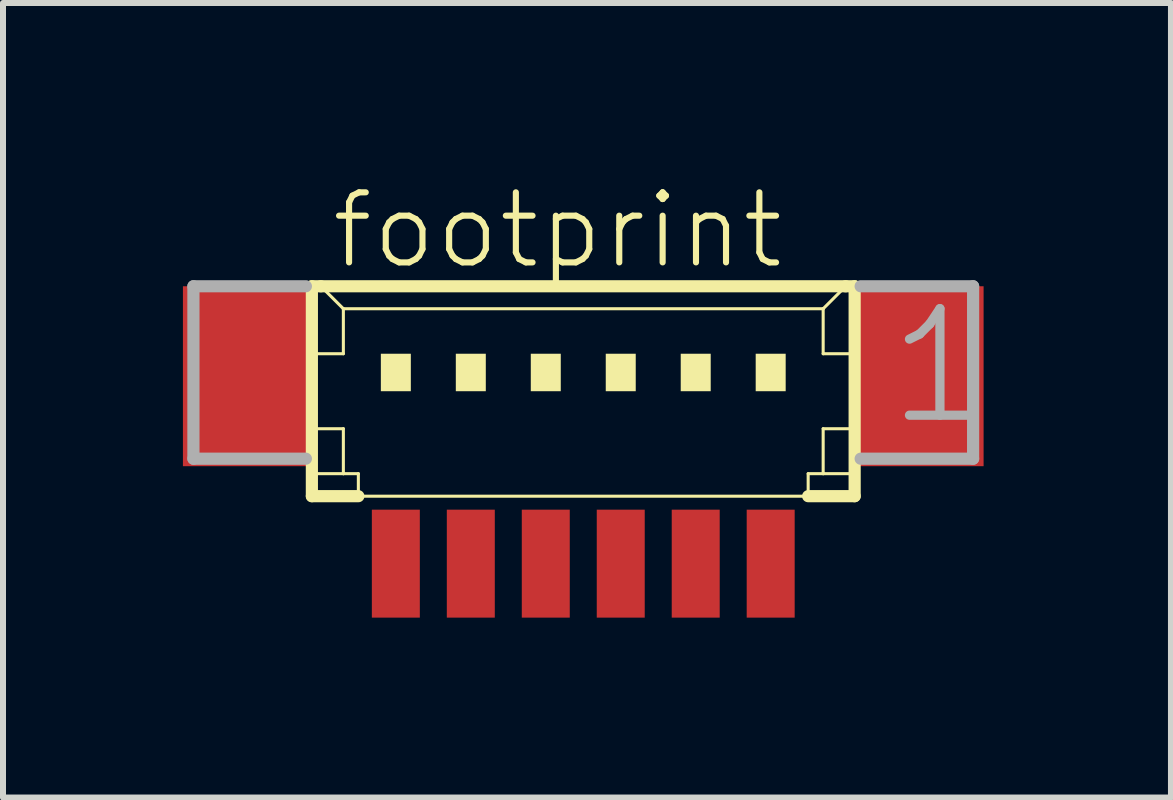
<source format=kicad_pcb>
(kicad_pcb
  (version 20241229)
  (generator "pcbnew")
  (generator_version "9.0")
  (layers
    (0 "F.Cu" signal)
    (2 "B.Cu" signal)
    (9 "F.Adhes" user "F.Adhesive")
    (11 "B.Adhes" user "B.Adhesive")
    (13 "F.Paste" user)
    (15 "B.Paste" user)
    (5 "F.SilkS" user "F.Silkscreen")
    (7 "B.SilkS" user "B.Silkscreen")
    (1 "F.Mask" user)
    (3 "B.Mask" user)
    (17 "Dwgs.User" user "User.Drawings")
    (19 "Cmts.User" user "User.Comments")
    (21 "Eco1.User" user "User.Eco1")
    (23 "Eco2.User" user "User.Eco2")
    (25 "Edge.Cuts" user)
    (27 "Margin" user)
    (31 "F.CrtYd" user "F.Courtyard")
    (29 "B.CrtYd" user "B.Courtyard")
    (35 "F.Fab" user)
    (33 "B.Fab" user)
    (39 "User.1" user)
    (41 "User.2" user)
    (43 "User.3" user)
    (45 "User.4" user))
  (footprint "footprint"
    (layer "F.Cu")
    (at 6.675 3.848)
    (property "Reference" "footprint" (at -4.25 -2.375 0) (layer "F.SilkS") (effects (font (size 1.168 1.168) (thickness 0.102)) (justify left bottom)))
    (fp_line (start -4.525 -2.125) (end -4.525 1.375) (stroke (width 0.203) (type solid)) (layer "F.SilkS"))
    (fp_line (start -4.525 1.375) (end -3.75 1.375) (stroke (width 0.203) (type solid)) (layer "F.SilkS"))
    (fp_line (start -4.5 -1) (end -4 -1) (stroke (width 0.051) (type solid)) (layer "F.SilkS"))
    (fp_line (start -4.5 0.25) (end -4 0.25) (stroke (width 0.051) (type solid)) (layer "F.SilkS"))
    (fp_line (start -4.5 1) (end -4 1) (stroke (width 0.051) (type solid)) (layer "F.SilkS"))
    (fp_line (start -4.375 -2.125) (end -4.525 -2.125) (stroke (width 0.203) (type solid)) (layer "F.SilkS"))
    (fp_line (start -4 -1.75) (end -4.375 -2.125) (stroke (width 0.051) (type solid)) (layer "F.SilkS"))
    (fp_line (start -4 -1.75) (end 4 -1.75) (stroke (width 0.051) (type solid)) (layer "F.SilkS"))
    (fp_line (start -4 -1) (end -4 -1.75) (stroke (width 0.051) (type solid)) (layer "F.SilkS"))
    (fp_line (start -4 0.25) (end -4 1) (stroke (width 0.051) (type solid)) (layer "F.SilkS"))
    (fp_line (start -4 1) (end -3.75 1) (stroke (width 0.051) (type solid)) (layer "F.SilkS"))
    (fp_line (start -3.75 1) (end -3.75 1.375) (stroke (width 0.051) (type solid)) (layer "F.SilkS"))
    (fp_line (start -3.75 1.375) (end 3.75 1.375) (stroke (width 0.051) (type solid)) (layer "F.SilkS"))
    (fp_line (start 3.75 1) (end 3.75 1.375) (stroke (width 0.051) (type solid)) (layer "F.SilkS"))
    (fp_line (start 3.75 1) (end 4 1) (stroke (width 0.051) (type solid)) (layer "F.SilkS"))
    (fp_line (start 3.75 1.375) (end 4.525 1.375) (stroke (width 0.203) (type solid)) (layer "F.SilkS"))
    (fp_line (start 4 -1.75) (end 4 -1) (stroke (width 0.051) (type solid)) (layer "F.SilkS"))
    (fp_line (start 4 -1.75) (end 4.375 -2.125) (stroke (width 0.051) (type solid)) (layer "F.SilkS"))
    (fp_line (start 4 -1) (end 4.5 -1) (stroke (width 0.051) (type solid)) (layer "F.SilkS"))
    (fp_line (start 4 0.25) (end 4 1) (stroke (width 0.051) (type solid)) (layer "F.SilkS"))
    (fp_line (start 4 0.25) (end 4.5 0.25) (stroke (width 0.051) (type solid)) (layer "F.SilkS"))
    (fp_line (start 4 1) (end 4.5 1) (stroke (width 0.051) (type solid)) (layer "F.SilkS"))
    (fp_line (start 4.375 -2.125) (end -4.375 -2.125) (stroke (width 0.203) (type solid)) (layer "F.SilkS"))
    (fp_line (start 4.525 -2.125) (end 4.375 -2.125) (stroke (width 0.203) (type solid)) (layer "F.SilkS"))
    (fp_line (start 4.525 1.375) (end 4.525 -2.125) (stroke (width 0.203) (type solid)) (layer "F.SilkS"))
    (fp_poly (pts (xy -3.375 -0.375) (xy -2.875 -0.375) (xy -2.875 -1) (xy -3.375 -1)) (stroke (width 0) (type solid)) (fill yes) (layer "F.SilkS"))
    (fp_poly (pts (xy -2.125 -0.375) (xy -1.625 -0.375) (xy -1.625 -1) (xy -2.125 -1)) (stroke (width 0) (type solid)) (fill yes) (layer "F.SilkS"))
    (fp_poly (pts (xy -0.875 -0.375) (xy -0.375 -0.375) (xy -0.375 -1) (xy -0.875 -1)) (stroke (width 0) (type solid)) (fill yes) (layer "F.SilkS"))
    (fp_poly (pts (xy 0.375 -0.375) (xy 0.875 -0.375) (xy 0.875 -1) (xy 0.375 -1)) (stroke (width 0) (type solid)) (fill yes) (layer "F.SilkS"))
    (fp_poly (pts (xy 1.625 -0.375) (xy 2.125 -0.375) (xy 2.125 -1) (xy 1.625 -1)) (stroke (width 0) (type solid)) (fill yes) (layer "F.SilkS"))
    (fp_poly (pts (xy 2.875 -0.375) (xy 3.375 -0.375) (xy 3.375 -1) (xy 2.875 -1)) (stroke (width 0) (type solid)) (fill yes) (layer "F.SilkS"))
    (fp_line (start -6.5 -2.125) (end -6.5 0.75) (stroke (width 0.203) (type solid)) (layer "F.Fab"))
    (fp_line (start -6.5 0.75) (end -4.625 0.75) (stroke (width 0.203) (type solid)) (layer "F.Fab"))
    (fp_line (start -4.625 -2.125) (end -6.5 -2.125) (stroke (width 0.203) (type solid)) (layer "F.Fab"))
    (fp_line (start 4.625 0.75) (end 6.5 0.75) (stroke (width 0.203) (type solid)) (layer "F.Fab"))
    (fp_line (start 6.5 -2.125) (end 4.625 -2.125) (stroke (width 0.203) (type solid)) (layer "F.Fab"))
    (fp_line (start 6.5 0.75) (end 6.5 -2.125) (stroke (width 0.203) (type solid)) (layer "F.Fab"))
    (fp_text user "1" (at 5 0.25 0) (layer "F.Fab") (effects (font (size 1.776 1.776) (thickness 0.154)) (justify left bottom)))
    (pad "1" smd rect (at 3.125 2.5) (size 0.8 1.8) (layers "F.Cu" "F.Mask" "F.Paste"))
    (pad "2" smd rect (at 1.875 2.5) (size 0.8 1.8) (layers "F.Cu" "F.Mask" "F.Paste"))
    (pad "3" smd rect (at 0.625 2.5) (size 0.8 1.8) (layers "F.Cu" "F.Mask" "F.Paste"))
    (pad "4" smd rect (at -0.625 2.5) (size 0.8 1.8) (layers "F.Cu" "F.Mask" "F.Paste"))
    (pad "5" smd rect (at -1.875 2.5) (size 0.8 1.8) (layers "F.Cu" "F.Mask" "F.Paste"))
    (pad "6" smd rect (at -3.125 2.5) (size 0.8 1.8) (layers "F.Cu" "F.Mask" "F.Paste"))
    (pad "S1" smd rect (at 5.625 -0.625) (size 2.1 3) (layers "F.Cu" "F.Mask" "F.Paste"))
    (pad "S2" smd rect (at -5.625 -0.625) (size 2.1 3) (layers "F.Cu" "F.Mask" "F.Paste")))
  (gr_rect
    (start -3 -3)
    (end 16.474 10.248)
    (stroke (width 0.1) (type default))
    (fill no)
    (layer "Edge.Cuts")))
</source>
